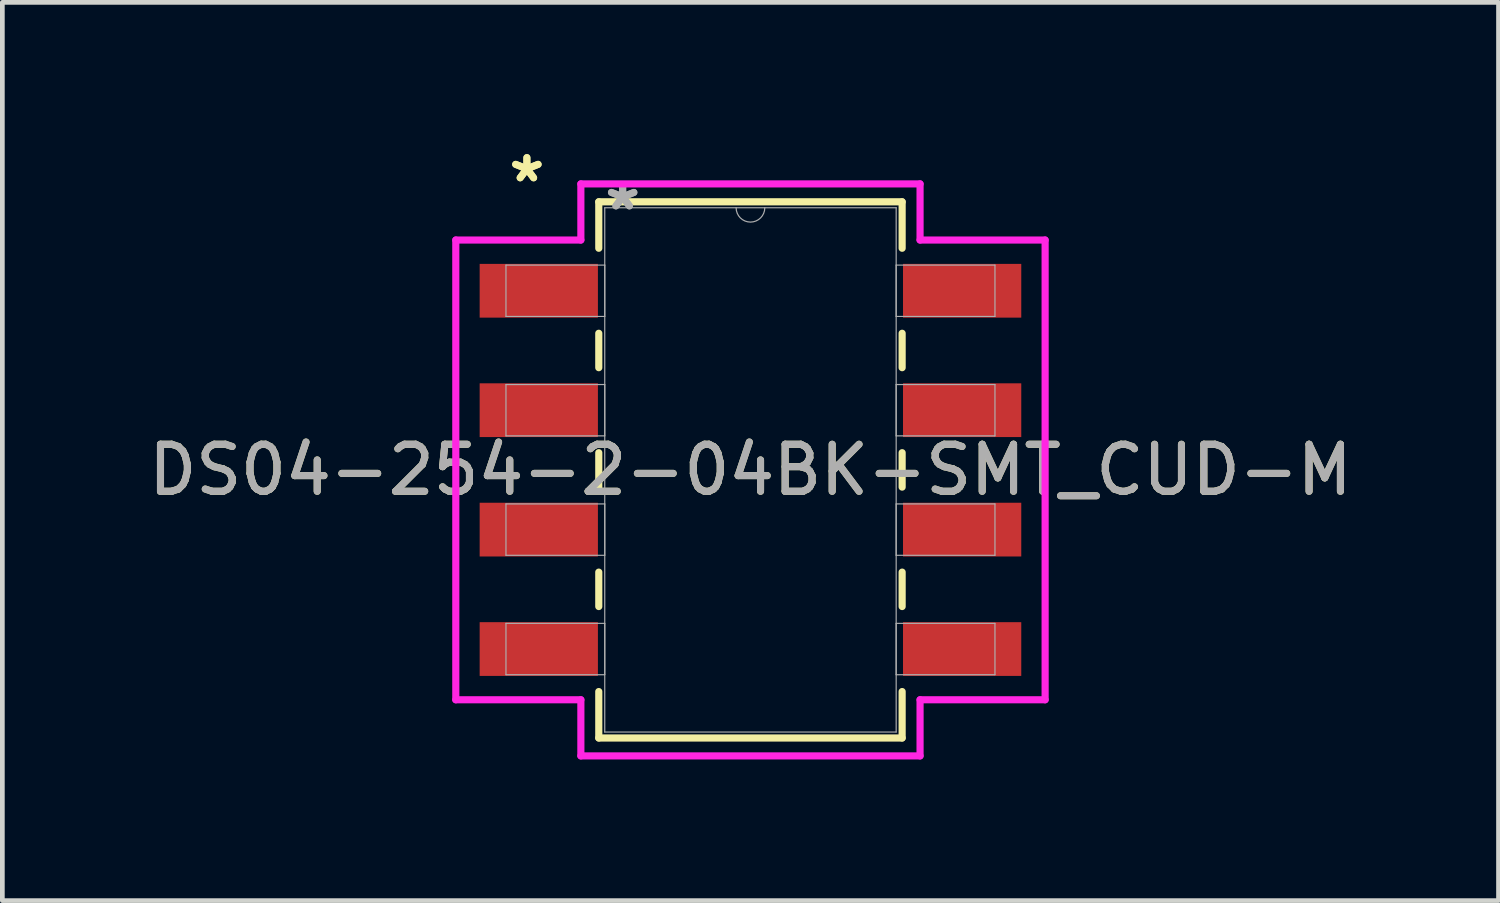
<source format=kicad_pcb>
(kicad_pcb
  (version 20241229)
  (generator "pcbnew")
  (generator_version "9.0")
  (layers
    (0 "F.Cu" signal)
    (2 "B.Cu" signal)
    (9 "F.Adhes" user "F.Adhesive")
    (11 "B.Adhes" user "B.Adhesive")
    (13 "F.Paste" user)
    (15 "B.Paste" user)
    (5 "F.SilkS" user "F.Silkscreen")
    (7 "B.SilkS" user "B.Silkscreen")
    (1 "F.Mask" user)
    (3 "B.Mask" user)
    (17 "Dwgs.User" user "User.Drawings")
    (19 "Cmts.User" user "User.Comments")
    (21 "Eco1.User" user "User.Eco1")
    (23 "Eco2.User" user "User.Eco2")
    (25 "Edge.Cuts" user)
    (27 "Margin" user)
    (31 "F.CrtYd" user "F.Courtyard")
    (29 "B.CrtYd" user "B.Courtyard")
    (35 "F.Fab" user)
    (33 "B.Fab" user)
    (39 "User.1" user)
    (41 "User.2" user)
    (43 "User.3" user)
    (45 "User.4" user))
  (footprint "DS04-254-2-04BK-SMT_CUD-M"
    (layer "F.Cu")
    (at 12.911 6.944)
    (property "Reference" "DS04-254-2-04BK-SMT_CUD-M" (at 0 0 0) (unlocked yes) (layer "F.SilkS") (effects (font (size 1 1) (thickness 0.15))))
    (attr smd)
    (fp_line (start -3.226 -5.702) (end -3.226 -4.714) (stroke (width 0.152) (type solid)) (layer "F.SilkS"))
    (fp_line (start -3.226 -2.906) (end -3.226 -2.174) (stroke (width 0.152) (type solid)) (layer "F.SilkS"))
    (fp_line (start -3.226 -0.366) (end -3.226 0.366) (stroke (width 0.152) (type solid)) (layer "F.SilkS"))
    (fp_line (start -3.226 2.174) (end -3.226 2.906) (stroke (width 0.152) (type solid)) (layer "F.SilkS"))
    (fp_line (start -3.226 4.714) (end -3.226 5.702) (stroke (width 0.152) (type solid)) (layer "F.SilkS"))
    (fp_line (start -3.226 5.702) (end 3.226 5.702) (stroke (width 0.152) (type solid)) (layer "F.SilkS"))
    (fp_line (start 3.226 -5.702) (end -3.226 -5.702) (stroke (width 0.152) (type solid)) (layer "F.SilkS"))
    (fp_line (start 3.226 -4.714) (end 3.226 -5.702) (stroke (width 0.152) (type solid)) (layer "F.SilkS"))
    (fp_line (start 3.226 -2.174) (end 3.226 -2.906) (stroke (width 0.152) (type solid)) (layer "F.SilkS"))
    (fp_line (start 3.226 0.366) (end 3.226 -0.366) (stroke (width 0.152) (type solid)) (layer "F.SilkS"))
    (fp_line (start 3.226 2.906) (end 3.226 2.174) (stroke (width 0.152) (type solid)) (layer "F.SilkS"))
    (fp_line (start 3.226 5.702) (end 3.226 4.714) (stroke (width 0.152) (type solid)) (layer "F.SilkS"))
    (fp_line (start -6.267 -4.889) (end -3.607 -4.889) (stroke (width 0.152) (type solid)) (layer "F.CrtYd"))
    (fp_line (start -6.267 4.889) (end -6.267 -4.889) (stroke (width 0.152) (type solid)) (layer "F.CrtYd"))
    (fp_line (start -6.267 4.889) (end -3.607 4.889) (stroke (width 0.152) (type solid)) (layer "F.CrtYd"))
    (fp_line (start -3.607 -6.083) (end 3.607 -6.083) (stroke (width 0.152) (type solid)) (layer "F.CrtYd"))
    (fp_line (start -3.607 -4.889) (end -3.607 -6.083) (stroke (width 0.152) (type solid)) (layer "F.CrtYd"))
    (fp_line (start -3.607 6.083) (end -3.607 4.889) (stroke (width 0.152) (type solid)) (layer "F.CrtYd"))
    (fp_line (start 3.607 -6.083) (end 3.607 -4.889) (stroke (width 0.152) (type solid)) (layer "F.CrtYd"))
    (fp_line (start 3.607 4.889) (end 3.607 6.083) (stroke (width 0.152) (type solid)) (layer "F.CrtYd"))
    (fp_line (start 3.607 6.083) (end -3.607 6.083) (stroke (width 0.152) (type solid)) (layer "F.CrtYd"))
    (fp_line (start 6.267 -4.889) (end 3.607 -4.889) (stroke (width 0.152) (type solid)) (layer "F.CrtYd"))
    (fp_line (start 6.267 -4.889) (end 6.267 4.889) (stroke (width 0.152) (type solid)) (layer "F.CrtYd"))
    (fp_line (start 6.267 4.889) (end 3.607 4.889) (stroke (width 0.152) (type solid)) (layer "F.CrtYd"))
    (fp_line (start -5.2 -4.356) (end -5.2 -3.264) (stroke (width 0.025) (type solid)) (layer "F.Fab"))
    (fp_line (start -5.2 -3.264) (end -3.099 -3.264) (stroke (width 0.025) (type solid)) (layer "F.Fab"))
    (fp_line (start -5.2 -1.816) (end -5.2 -0.724) (stroke (width 0.025) (type solid)) (layer "F.Fab"))
    (fp_line (start -5.2 -0.724) (end -3.099 -0.724) (stroke (width 0.025) (type solid)) (layer "F.Fab"))
    (fp_line (start -5.2 0.724) (end -5.2 1.816) (stroke (width 0.025) (type solid)) (layer "F.Fab"))
    (fp_line (start -5.2 1.816) (end -3.099 1.816) (stroke (width 0.025) (type solid)) (layer "F.Fab"))
    (fp_line (start -5.2 3.264) (end -5.2 4.356) (stroke (width 0.025) (type solid)) (layer "F.Fab"))
    (fp_line (start -5.2 4.356) (end -3.099 4.356) (stroke (width 0.025) (type solid)) (layer "F.Fab"))
    (fp_line (start -3.099 -5.575) (end -3.099 5.575) (stroke (width 0.025) (type solid)) (layer "F.Fab"))
    (fp_line (start -3.099 -4.356) (end -5.2 -4.356) (stroke (width 0.025) (type solid)) (layer "F.Fab"))
    (fp_line (start -3.099 -3.264) (end -3.099 -4.356) (stroke (width 0.025) (type solid)) (layer "F.Fab"))
    (fp_line (start -3.099 -1.816) (end -5.2 -1.816) (stroke (width 0.025) (type solid)) (layer "F.Fab"))
    (fp_line (start -3.099 -0.724) (end -3.099 -1.816) (stroke (width 0.025) (type solid)) (layer "F.Fab"))
    (fp_line (start -3.099 0.724) (end -5.2 0.724) (stroke (width 0.025) (type solid)) (layer "F.Fab"))
    (fp_line (start -3.099 1.816) (end -3.099 0.724) (stroke (width 0.025) (type solid)) (layer "F.Fab"))
    (fp_line (start -3.099 3.264) (end -5.2 3.264) (stroke (width 0.025) (type solid)) (layer "F.Fab"))
    (fp_line (start -3.099 4.356) (end -3.099 3.264) (stroke (width 0.025) (type solid)) (layer "F.Fab"))
    (fp_line (start -3.099 5.575) (end 3.099 5.575) (stroke (width 0.025) (type solid)) (layer "F.Fab"))
    (fp_line (start 3.099 -5.575) (end -3.099 -5.575) (stroke (width 0.025) (type solid)) (layer "F.Fab"))
    (fp_line (start 3.099 -4.356) (end 3.099 -3.264) (stroke (width 0.025) (type solid)) (layer "F.Fab"))
    (fp_line (start 3.099 -3.264) (end 5.2 -3.264) (stroke (width 0.025) (type solid)) (layer "F.Fab"))
    (fp_line (start 3.099 -1.816) (end 3.099 -0.724) (stroke (width 0.025) (type solid)) (layer "F.Fab"))
    (fp_line (start 3.099 -0.724) (end 5.2 -0.724) (stroke (width 0.025) (type solid)) (layer "F.Fab"))
    (fp_line (start 3.099 0.724) (end 3.099 1.816) (stroke (width 0.025) (type solid)) (layer "F.Fab"))
    (fp_line (start 3.099 1.816) (end 5.2 1.816) (stroke (width 0.025) (type solid)) (layer "F.Fab"))
    (fp_line (start 3.099 3.264) (end 3.099 4.356) (stroke (width 0.025) (type solid)) (layer "F.Fab"))
    (fp_line (start 3.099 4.356) (end 5.2 4.356) (stroke (width 0.025) (type solid)) (layer "F.Fab"))
    (fp_line (start 3.099 5.575) (end 3.099 -5.575) (stroke (width 0.025) (type solid)) (layer "F.Fab"))
    (fp_line (start 5.2 -4.356) (end 3.099 -4.356) (stroke (width 0.025) (type solid)) (layer "F.Fab"))
    (fp_line (start 5.2 -3.264) (end 5.2 -4.356) (stroke (width 0.025) (type solid)) (layer "F.Fab"))
    (fp_line (start 5.2 -1.816) (end 3.099 -1.816) (stroke (width 0.025) (type solid)) (layer "F.Fab"))
    (fp_line (start 5.2 -0.724) (end 5.2 -1.816) (stroke (width 0.025) (type solid)) (layer "F.Fab"))
    (fp_line (start 5.2 0.724) (end 3.099 0.724) (stroke (width 0.025) (type solid)) (layer "F.Fab"))
    (fp_line (start 5.2 1.816) (end 5.2 0.724) (stroke (width 0.025) (type solid)) (layer "F.Fab"))
    (fp_line (start 5.2 3.264) (end 3.099 3.264) (stroke (width 0.025) (type solid)) (layer "F.Fab"))
    (fp_line (start 5.2 4.356) (end 5.2 3.264) (stroke (width 0.025) (type solid)) (layer "F.Fab"))
    (fp_arc (start 0.3048 -5.5753) (mid 0 -5.2705) (end -0.3048 -5.5753) (stroke (width 0.0254) (type solid)) (layer "F.Fab"))
    (fp_text user "*" (at -4.755 -6.096 0) (layer "F.SilkS") (effects (font (size 1 1) (thickness 0.15))))
    (fp_text user "*" (at -4.755 -6.096 0) (unlocked yes) (layer "F.SilkS") (effects (font (size 1 1) (thickness 0.15))))
    (fp_text user "*" (at -2.718 -5.499 0) (layer "F.Fab") (effects (font (size 1 1) (thickness 0.15))))
    (fp_text user "*" (at -2.718 -5.499 0) (unlocked yes) (layer "F.Fab") (effects (font (size 1 1) (thickness 0.15))))
    (fp_text user "${REFERENCE}" (at 0 0 0) (unlocked yes) (layer "F.Fab") (effects (font (size 1 1) (thickness 0.15))))
    (pad "1" smd rect (at -4.502 -3.81) (size 2.515 1.143) (layers "F.Cu" "F.Mask" "F.Paste"))
    (pad "2" smd rect (at -4.502 -1.27) (size 2.515 1.143) (layers "F.Cu" "F.Mask" "F.Paste"))
    (pad "3" smd rect (at -4.502 1.27) (size 2.515 1.143) (layers "F.Cu" "F.Mask" "F.Paste"))
    (pad "4" smd rect (at -4.502 3.81) (size 2.515 1.143) (layers "F.Cu" "F.Mask" "F.Paste"))
    (pad "5" smd rect (at 4.502 3.81) (size 2.515 1.143) (layers "F.Cu" "F.Mask" "F.Paste"))
    (pad "6" smd rect (at 4.502 1.27) (size 2.515 1.143) (layers "F.Cu" "F.Mask" "F.Paste"))
    (pad "7" smd rect (at 4.502 -1.27) (size 2.515 1.143) (layers "F.Cu" "F.Mask" "F.Paste"))
    (pad "8" smd rect (at 4.502 -3.81) (size 2.515 1.143) (layers "F.Cu" "F.Mask" "F.Paste")))
  (gr_rect
    (start -3 -3)
    (end 28.821 16.104)
    (stroke (width 0.1) (type default))
    (fill no)
    (layer "Edge.Cuts")))
</source>
